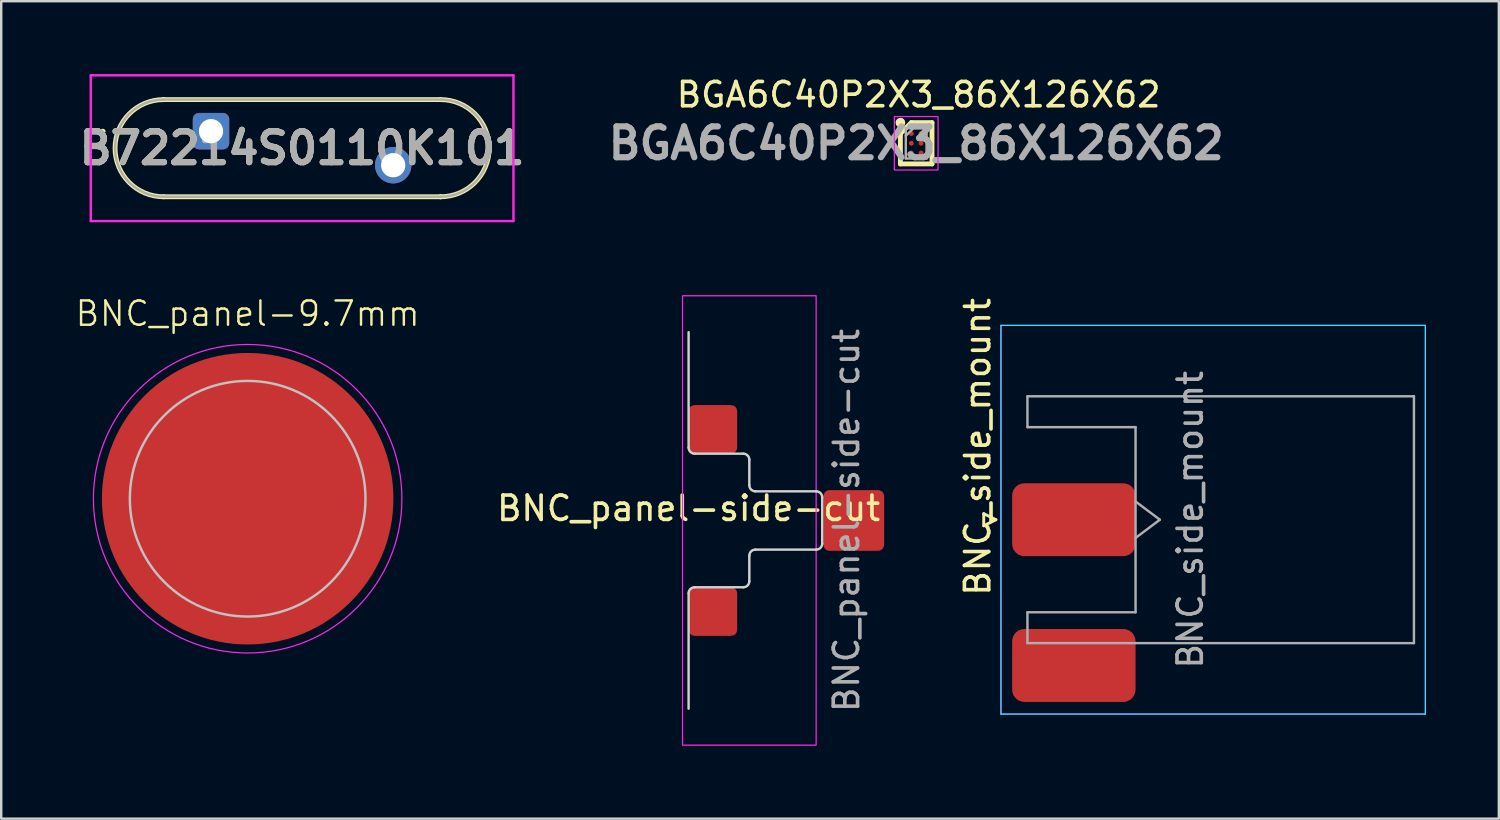
<source format=kicad_pcb>
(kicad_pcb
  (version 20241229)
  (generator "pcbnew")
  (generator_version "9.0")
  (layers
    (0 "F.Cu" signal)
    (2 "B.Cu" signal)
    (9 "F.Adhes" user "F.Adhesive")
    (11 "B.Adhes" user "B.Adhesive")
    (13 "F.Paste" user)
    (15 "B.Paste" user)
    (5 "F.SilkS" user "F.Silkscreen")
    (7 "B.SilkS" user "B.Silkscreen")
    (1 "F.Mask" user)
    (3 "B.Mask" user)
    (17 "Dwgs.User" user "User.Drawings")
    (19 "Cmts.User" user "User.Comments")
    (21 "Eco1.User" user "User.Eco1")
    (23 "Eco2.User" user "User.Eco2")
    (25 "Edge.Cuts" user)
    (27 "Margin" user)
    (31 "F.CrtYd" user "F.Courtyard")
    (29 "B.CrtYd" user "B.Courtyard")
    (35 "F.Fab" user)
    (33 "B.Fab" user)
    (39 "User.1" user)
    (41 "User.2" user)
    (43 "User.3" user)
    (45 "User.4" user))
  (footprint "BNC_panel-9.7mm"
    (layer "F.Cu")
    (at 7.145 17.48)
    (property "Reference" "BNC_panel-9.7mm" (at 0 -7.62 0) (unlocked yes) (layer "F.SilkS") (effects (font (size 1 1) (thickness 0.1))))
    (attr through_hole)
    (fp_circle (center 0 0) (end 4.85 0) (stroke (width 0.1) (type default)) (fill no) (layer "Dwgs.User"))
    (fp_circle (center 0 0) (end 6.35 0) (stroke (width 0.05) (type default)) (fill no) (layer "F.CrtYd"))
    (pad "2" smd circle (at 0 0) (size 12 12) (layers "F.Cu" "F.Mask" "F.Paste")))
  (footprint "BNC_side_mount"
    (layer "F.Cu")
    (at 41.155 18.344)
    (property "Reference" "BNC_side_mount" (at -3.96 -3 90) (layer "F.SilkS") (effects (font (size 1 1) (thickness 0.15))))
    (attr smd)
    (fp_line (start -3.71 -0.25) (end -3.71 0.25) (stroke (width 0.12) (type solid)) (layer "F.SilkS"))
    (fp_line (start -3.71 0.25) (end -3.21 0) (stroke (width 0.12) (type solid)) (layer "F.SilkS"))
    (fp_line (start -3.21 0) (end -3.71 -0.25) (stroke (width 0.12) (type solid)) (layer "F.SilkS"))
    (fp_line (start -3 8) (end -3 -8) (stroke (width 0.05) (type solid)) (layer "B.CrtYd"))
    (fp_line (start 14.47 -8) (end -3 -8) (stroke (width 0.05) (type solid)) (layer "B.CrtYd"))
    (fp_line (start 14.47 -8) (end 14.47 8) (stroke (width 0.05) (type solid)) (layer "B.CrtYd"))
    (fp_line (start 14.47 8) (end -3 8) (stroke (width 0.05) (type solid)) (layer "B.CrtYd"))
    (fp_line (start -3 8) (end -3 -8) (stroke (width 0.05) (type solid)) (layer "F.CrtYd"))
    (fp_line (start 14.47 -8) (end -3 -8) (stroke (width 0.05) (type solid)) (layer "F.CrtYd"))
    (fp_line (start 14.47 -8) (end 14.47 8) (stroke (width 0.05) (type solid)) (layer "F.CrtYd"))
    (fp_line (start 14.47 8) (end -3 8) (stroke (width 0.05) (type solid)) (layer "F.CrtYd"))
    (fp_line (start -1.91 -5.08) (end -1.91 -3.81) (stroke (width 0.1) (type solid)) (layer "F.Fab"))
    (fp_line (start -1.91 -5.08) (end 14 -5.08) (stroke (width 0.1) (type solid)) (layer "F.Fab"))
    (fp_line (start -1.91 -3.81) (end 2.54 -3.81) (stroke (width 0.1) (type solid)) (layer "F.Fab"))
    (fp_line (start -1.91 3.81) (end -1.91 5.08) (stroke (width 0.1) (type solid)) (layer "F.Fab"))
    (fp_line (start -1.91 5.08) (end 14 5.08) (stroke (width 0.1) (type solid)) (layer "F.Fab"))
    (fp_line (start 2.54 -3.81) (end 2.54 3.81) (stroke (width 0.1) (type solid)) (layer "F.Fab"))
    (fp_line (start 2.54 -0.75) (end 3.54 0) (stroke (width 0.1) (type solid)) (layer "F.Fab"))
    (fp_line (start 2.54 3.81) (end -1.91 3.81) (stroke (width 0.1) (type solid)) (layer "F.Fab"))
    (fp_line (start 3.54 0) (end 2.54 0.75) (stroke (width 0.1) (type solid)) (layer "F.Fab"))
    (fp_line (start 14 -5.08) (end 14 5.08) (stroke (width 0.1) (type solid)) (layer "F.Fab"))
    (fp_text user "${REFERENCE}" (at 4.79 0 270) (layer "F.Fab") (effects (font (size 1 1) (thickness 0.15))))
    (pad "1" smd roundrect (at 0 0 90) (size 3 5.08) (layers "F.Cu" "F.Mask" "F.Paste") (roundrect_rratio 0.167))
    (pad "2" smd roundrect (at 0 6 90) (size 3 5.08) (layers "F.Cu" "F.Mask" "F.Paste") (roundrect_rratio 0.167)))
  (footprint "B72214S0110K101"
    (layer "F.Cu")
    (at 5.636 2.35)
    (property "Reference" "B72214S0110K101" (at 3.75 0.7 0) (layer "F.SilkS") (effects (font (size 1.27 1.27) (thickness 0.254))))
    (attr through_hole)
    (fp_line (start -4.5 0) (end -4.5 0) (stroke (width 0.1) (type solid)) (layer "F.SilkS"))
    (fp_line (start -4.4 0) (end -4.4 0) (stroke (width 0.1) (type solid)) (layer "F.SilkS"))
    (fp_line (start -1.95 -1.3) (end -1.95 -1.3) (stroke (width 0.2) (type solid)) (layer "F.SilkS"))
    (fp_line (start -1.95 2.7) (end 9.45 2.7) (stroke (width 0.2) (type solid)) (layer "F.SilkS"))
    (fp_line (start 9.45 -1.3) (end -1.95 -1.3) (stroke (width 0.2) (type solid)) (layer "F.SilkS"))
    (fp_line (start 9.45 2.7) (end 9.45 2.7) (stroke (width 0.2) (type solid)) (layer "F.SilkS"))
    (fp_arc (start -4.5 0) (mid -4.45 -0.05) (end -4.4 0) (stroke (width 0.1) (type solid)) (layer "F.SilkS"))
    (fp_arc (start -4.4 0) (mid -4.45 0.05) (end -4.5 0) (stroke (width 0.1) (type solid)) (layer "F.SilkS"))
    (fp_arc (start -1.95 2.7) (mid -3.95 0.7) (end -1.95 -1.3) (stroke (width 0.2) (type solid)) (layer "F.SilkS"))
    (fp_arc (start 9.45 -1.3) (mid 11.45 0.7) (end 9.45 2.7) (stroke (width 0.2) (type solid)) (layer "F.SilkS"))
    (fp_line (start -4.95 -2.3) (end 12.45 -2.3) (stroke (width 0.1) (type solid)) (layer "F.CrtYd"))
    (fp_line (start -4.95 3.7) (end -4.95 -2.3) (stroke (width 0.1) (type solid)) (layer "F.CrtYd"))
    (fp_line (start 12.45 -2.3) (end 12.45 3.7) (stroke (width 0.1) (type solid)) (layer "F.CrtYd"))
    (fp_line (start 12.45 3.7) (end -4.95 3.7) (stroke (width 0.1) (type solid)) (layer "F.CrtYd"))
    (fp_line (start -1.95 -1.3) (end -1.95 -1.3) (stroke (width 0.1) (type solid)) (layer "F.Fab"))
    (fp_line (start -1.95 2.7) (end 9.45 2.7) (stroke (width 0.1) (type solid)) (layer "F.Fab"))
    (fp_line (start 9.45 -1.3) (end -1.95 -1.3) (stroke (width 0.1) (type solid)) (layer "F.Fab"))
    (fp_line (start 9.45 2.7) (end 9.45 2.7) (stroke (width 0.1) (type solid)) (layer "F.Fab"))
    (fp_arc (start -1.95 2.7) (mid -3.95 0.7) (end -1.95 -1.3) (stroke (width 0.1) (type solid)) (layer "F.Fab"))
    (fp_arc (start 9.45 -1.3) (mid 11.45 0.7) (end 9.45 2.7) (stroke (width 0.1) (type solid)) (layer "F.Fab"))
    (fp_text user "${REFERENCE}" (at 3.75 0.7 0) (layer "F.Fab") (effects (font (size 1.27 1.27) (thickness 0.254))))
    (pad "1" thru_hole roundrect (at 0 0) (size 1.5 1.5) (drill 1) (layers "*.Cu" "*.Mask") (roundrect_rratio 0.167))
    (pad "2" thru_hole circle (at 7.5 1.4) (size 1.5 1.5) (drill 1) (layers "*.Cu" "*.Mask")))
  (footprint "BGA6C40P2X3_86X126X62"
    (layer "F.Cu")
    (at 34.665 2.848)
    (property "Reference" "BGA6C40P2X3_86X126X62" (at 0.1 -2 0) (layer "F.SilkS") (effects (font (size 1 1) (thickness 0.15))))
    (attr smd)
    (fp_line (start -0.65 -0.4) (end -0.2 -0.85) (stroke (width 0.2) (type solid)) (layer "F.SilkS"))
    (fp_line (start -0.65 0.85) (end -0.65 -0.4) (stroke (width 0.2) (type solid)) (layer "F.SilkS"))
    (fp_line (start -0.2 -0.85) (end 0.65 -0.85) (stroke (width 0.2) (type solid)) (layer "F.SilkS"))
    (fp_line (start 0.65 -0.85) (end 0.65 0.85) (stroke (width 0.2) (type solid)) (layer "F.SilkS"))
    (fp_line (start 0.65 0.85) (end -0.65 0.85) (stroke (width 0.2) (type solid)) (layer "F.SilkS"))
    (fp_circle (center -0.65 -0.85) (end -0.65 -0.75) (stroke (width 0.2) (type solid)) (fill no) (layer "F.SilkS"))
    (fp_rect (start -0.9 -1.1) (end 0.9 1.1) (stroke (width 0.05) (type default)) (fill no) (layer "F.CrtYd"))
    (fp_line (start -0.428 -0.628) (end 0.427 -0.628) (stroke (width 0.1) (type solid)) (layer "F.Fab"))
    (fp_line (start -0.428 -0.306) (end -0.107 -0.627) (stroke (width 0.1) (type solid)) (layer "F.Fab"))
    (fp_line (start -0.428 0.627) (end -0.428 -0.628) (stroke (width 0.1) (type solid)) (layer "F.Fab"))
    (fp_line (start 0.427 -0.628) (end 0.427 0.627) (stroke (width 0.1) (type solid)) (layer "F.Fab"))
    (fp_line (start 0.427 0.627) (end -0.428 0.627) (stroke (width 0.1) (type solid)) (layer "F.Fab"))
    (fp_text user "${REFERENCE}" (at 0 0 0) (layer "F.Fab") (effects (font (size 1.27 1.27) (thickness 0.254))))
    (pad "A1" smd circle (at -0.2 -0.4 90) (size 0.2 0.2) (layers "F.Cu" "F.Mask" "F.Paste"))
    (pad "A2" smd circle (at 0.2 -0.4 90) (size 0.2 0.2) (layers "F.Cu" "F.Mask" "F.Paste"))
    (pad "B1" smd circle (at -0.2 0 90) (size 0.2 0.2) (layers "F.Cu" "F.Mask" "F.Paste"))
    (pad "B2" smd circle (at 0.2 0 90) (size 0.2 0.2) (layers "F.Cu" "F.Mask" "F.Paste"))
    (pad "C1" smd circle (at -0.2 0.4 90) (size 0.2 0.2) (layers "F.Cu" "F.Mask" "F.Paste"))
    (pad "C2" smd circle (at 0.2 0.4 90) (size 0.2 0.2) (layers "F.Cu" "F.Mask" "F.Paste")))
  (footprint "BNC_panel-side-cut"
    (layer "F.Cu")
    (at 25.296 18.375)
    (property "Reference" "BNC_panel-side-cut" (at 0 -0.5 0) (unlocked yes) (layer "F.SilkS") (effects (font (size 1 1) (thickness 0.15))))
    (attr through_hole)
    (fp_line (start 0 -7.75) (end 0 -3) (stroke (width 0.1) (type solid)) (layer "Edge.Cuts"))
    (fp_line (start 0 7.75) (end 0 3) (stroke (width 0.1) (type solid)) (layer "Edge.Cuts"))
    (fp_line (start 0.25 -2.75) (end 2.25 -2.75) (stroke (width 0.1) (type solid)) (layer "Edge.Cuts"))
    (fp_line (start 2.25 2.75) (end 0.25 2.75) (stroke (width 0.1) (type solid)) (layer "Edge.Cuts"))
    (fp_line (start 2.5 -1.45) (end 2.5 -2.5) (stroke (width 0.1) (type default)) (layer "Edge.Cuts"))
    (fp_line (start 2.5 2.5) (end 2.5 1.45) (stroke (width 0.1) (type default)) (layer "Edge.Cuts"))
    (fp_line (start 2.75 -1.2) (end 5.25 -1.2) (stroke (width 0.1) (type default)) (layer "Edge.Cuts"))
    (fp_line (start 5.25 1.2) (end 2.75 1.2) (stroke (width 0.1) (type default)) (layer "Edge.Cuts"))
    (fp_line (start 5.5 -0.95) (end 5.5 0.95) (stroke (width 0.1) (type default)) (layer "Edge.Cuts"))
    (fp_arc (start 0 3) (mid 0.073223 2.823223) (end 0.25 2.75) (stroke (width 0.1) (type solid)) (layer "Edge.Cuts"))
    (fp_arc (start 0.25 -2.75) (mid 0.073223 -2.823223) (end 0 -3) (stroke (width 0.1) (type solid)) (layer "Edge.Cuts"))
    (fp_arc (start 2.25 -2.75) (mid 2.426777 -2.676777) (end 2.5 -2.5) (stroke (width 0.1) (type solid)) (layer "Edge.Cuts"))
    (fp_arc (start 2.5 1.45) (mid 2.573223 1.273223) (end 2.75 1.2) (stroke (width 0.1) (type default)) (layer "Edge.Cuts"))
    (fp_arc (start 2.5 2.5) (mid 2.426777 2.676777) (end 2.25 2.75) (stroke (width 0.1) (type solid)) (layer "Edge.Cuts"))
    (fp_arc (start 2.75 -1.2) (mid 2.573223 -1.273223) (end 2.5 -1.45) (stroke (width 0.1) (type default)) (layer "Edge.Cuts"))
    (fp_arc (start 5.25 -1.2) (mid 5.426777 -1.126777) (end 5.5 -0.95) (stroke (width 0.1) (type default)) (layer "Edge.Cuts"))
    (fp_arc (start 5.5 0.95) (mid 5.426777 1.126777) (end 5.25 1.2) (stroke (width 0.1) (type default)) (layer "Edge.Cuts"))
    (fp_rect (start -0.25 -9.25) (end 5.25 9.25) (stroke (width 0.05) (type default)) (fill no) (layer "F.CrtYd"))
    (fp_text user "${REFERENCE}" (at 6.5 0 90) (layer "F.Fab") (effects (font (size 1 1) (thickness 0.15))))
    (pad "1" smd roundrect (at 6.8 0 90) (size 2.5 2.5) (layers "F.Cu" "F.Mask" "F.Paste") (roundrect_rratio 0.1))
    (pad "2" smd roundrect (at 1 -3.75) (size 2 2) (layers "F.Cu" "F.Mask" "F.Paste") (roundrect_rratio 0.125))
    (pad "2" smd roundrect (at 1 3.75) (size 2 2) (layers "F.Cu" "F.Mask" "F.Paste") (roundrect_rratio 0.125)))
  (gr_rect
    (start -3 -3)
    (end 58.65 30.65)
    (stroke (width 0.1) (type default))
    (fill no)
    (layer "Edge.Cuts")))
</source>
